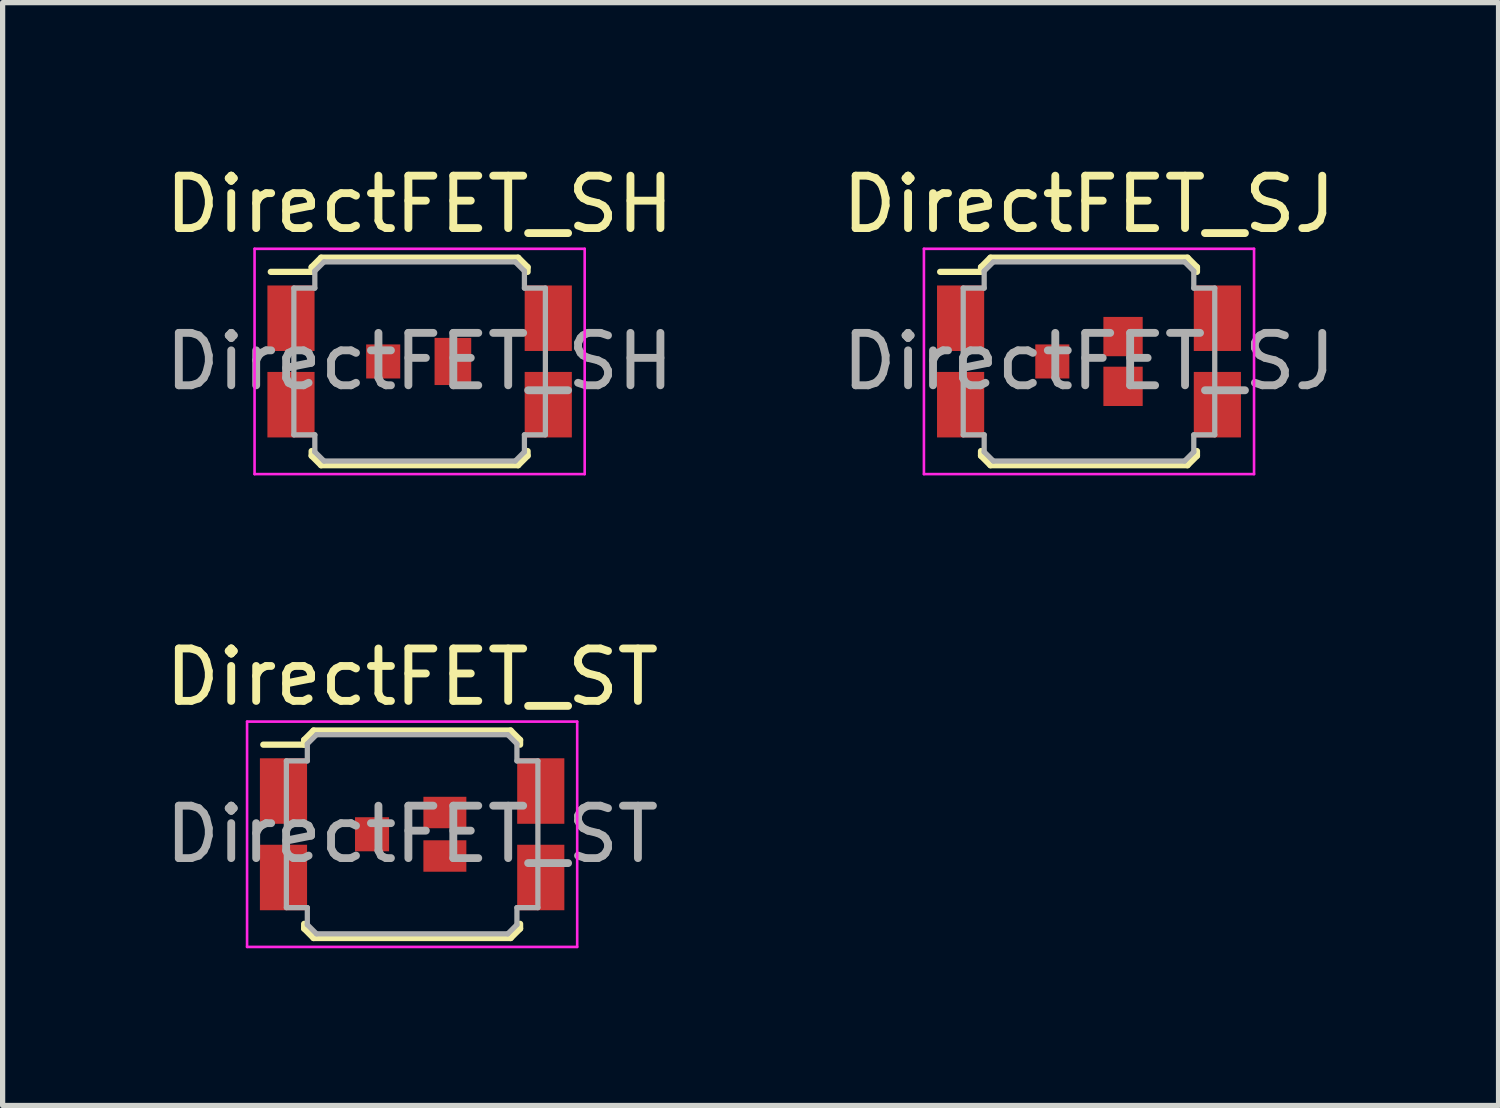
<source format=kicad_pcb>
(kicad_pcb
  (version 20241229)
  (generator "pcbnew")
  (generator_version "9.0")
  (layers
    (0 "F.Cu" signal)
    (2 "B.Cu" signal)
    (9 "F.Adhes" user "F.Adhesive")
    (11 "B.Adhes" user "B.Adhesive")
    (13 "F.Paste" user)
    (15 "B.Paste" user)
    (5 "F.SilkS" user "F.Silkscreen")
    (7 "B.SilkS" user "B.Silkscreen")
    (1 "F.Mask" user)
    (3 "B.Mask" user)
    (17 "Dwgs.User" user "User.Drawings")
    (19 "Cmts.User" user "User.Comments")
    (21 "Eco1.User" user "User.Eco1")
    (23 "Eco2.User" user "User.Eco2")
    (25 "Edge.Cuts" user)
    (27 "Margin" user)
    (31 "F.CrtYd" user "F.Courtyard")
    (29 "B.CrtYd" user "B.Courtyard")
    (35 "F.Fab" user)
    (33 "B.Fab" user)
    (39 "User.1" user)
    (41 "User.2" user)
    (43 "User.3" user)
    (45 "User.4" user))
  (footprint "DirectFET_ST"
    (layer "F.Cu")
    (at 4.815 12.871)
    (property "Reference" "DirectFET_ST" (at 0 -3 0) (layer "F.SilkS") (effects (font (size 1 1) (thickness 0.15))))
    (attr smd)
    (fp_line (start -2.84 -1.71) (end -2.06 -1.71) (stroke (width 0.12) (type solid)) (layer "F.SilkS"))
    (fp_line (start -2.06 -1.8) (end -1.88 -1.98) (stroke (width 0.12) (type solid)) (layer "F.SilkS"))
    (fp_line (start -2.06 -1.71) (end -2.06 -1.8) (stroke (width 0.12) (type solid)) (layer "F.SilkS"))
    (fp_line (start -2.06 1.71) (end -2.06 1.8) (stroke (width 0.12) (type solid)) (layer "F.SilkS"))
    (fp_line (start -2.06 1.8) (end -1.88 1.98) (stroke (width 0.12) (type solid)) (layer "F.SilkS"))
    (fp_line (start -1.88 -1.98) (end 1.88 -1.98) (stroke (width 0.12) (type solid)) (layer "F.SilkS"))
    (fp_line (start -1.88 1.98) (end 1.88 1.98) (stroke (width 0.12) (type solid)) (layer "F.SilkS"))
    (fp_line (start 2.06 -1.8) (end 1.88 -1.98) (stroke (width 0.12) (type solid)) (layer "F.SilkS"))
    (fp_line (start 2.06 -1.71) (end 2.06 -1.8) (stroke (width 0.12) (type solid)) (layer "F.SilkS"))
    (fp_line (start 2.06 1.71) (end 2.06 1.8) (stroke (width 0.12) (type solid)) (layer "F.SilkS"))
    (fp_line (start 2.06 1.8) (end 1.88 1.98) (stroke (width 0.12) (type solid)) (layer "F.SilkS"))
    (fp_line (start -3.15 -2.15) (end -3.15 2.15) (stroke (width 0.05) (type solid)) (layer "F.CrtYd"))
    (fp_line (start -3.15 -2.15) (end 3.15 -2.15) (stroke (width 0.05) (type solid)) (layer "F.CrtYd"))
    (fp_line (start -3.15 2.15) (end 3.15 2.15) (stroke (width 0.05) (type solid)) (layer "F.CrtYd"))
    (fp_line (start 3.15 -2.15) (end 3.15 2.15) (stroke (width 0.05) (type solid)) (layer "F.CrtYd"))
    (fp_line (start -2.4 -1.4) (end -2 -1.4) (stroke (width 0.1) (type solid)) (layer "F.Fab"))
    (fp_line (start -2.4 1.4) (end -2.4 -1.4) (stroke (width 0.1) (type solid)) (layer "F.Fab"))
    (fp_line (start -2.4 1.4) (end -2 1.4) (stroke (width 0.1) (type solid)) (layer "F.Fab"))
    (fp_line (start -2 -1.725) (end -1.825 -1.9) (stroke (width 0.1) (type solid)) (layer "F.Fab"))
    (fp_line (start -2 -1.4) (end -2 -1.725) (stroke (width 0.1) (type solid)) (layer "F.Fab"))
    (fp_line (start -2 1.4) (end -2 1.725) (stroke (width 0.1) (type solid)) (layer "F.Fab"))
    (fp_line (start -2 1.725) (end -1.825 1.9) (stroke (width 0.1) (type solid)) (layer "F.Fab"))
    (fp_line (start -1.825 -1.9) (end 1.825 -1.9) (stroke (width 0.1) (type solid)) (layer "F.Fab"))
    (fp_line (start -1.825 1.9) (end 1.825 1.9) (stroke (width 0.1) (type solid)) (layer "F.Fab"))
    (fp_line (start 1.825 -1.9) (end 2 -1.725) (stroke (width 0.1) (type solid)) (layer "F.Fab"))
    (fp_line (start 1.825 1.9) (end 2 1.725) (stroke (width 0.1) (type solid)) (layer "F.Fab"))
    (fp_line (start 2 -1.4) (end 2 -1.725) (stroke (width 0.1) (type solid)) (layer "F.Fab"))
    (fp_line (start 2 1.4) (end 2 1.725) (stroke (width 0.1) (type solid)) (layer "F.Fab"))
    (fp_line (start 2.4 -1.4) (end 2 -1.4) (stroke (width 0.1) (type solid)) (layer "F.Fab"))
    (fp_line (start 2.4 1.4) (end 2 1.4) (stroke (width 0.1) (type solid)) (layer "F.Fab"))
    (fp_line (start 2.4 1.4) (end 2.4 -1.4) (stroke (width 0.1) (type solid)) (layer "F.Fab"))
    (fp_text user "${REFERENCE}" (at 0 0 0) (layer "F.Fab") (effects (font (size 1 1) (thickness 0.15))))
    (pad "1" smd rect (at -2.455 -0.825) (size 0.9 1.25) (layers "F.Cu" "F.Mask" "F.Paste"))
    (pad "1" smd rect (at -2.455 0.825) (size 0.9 1.25) (layers "F.Cu" "F.Mask" "F.Paste"))
    (pad "1" smd rect (at 2.455 -0.825) (size 0.9 1.25) (layers "F.Cu" "F.Mask" "F.Paste"))
    (pad "1" smd rect (at 2.455 0.825) (size 0.9 1.25) (layers "F.Cu" "F.Mask" "F.Paste"))
    (pad "2" smd rect (at -0.765 0) (size 0.65 0.65) (layers "F.Cu" "F.Mask" "F.Paste"))
    (pad "3" smd rect (at 0.625 -0.415) (size 0.82 0.6) (layers "F.Cu" "F.Mask" "F.Paste"))
    (pad "3" smd rect (at 0.625 0.415) (size 0.82 0.6) (layers "F.Cu" "F.Mask" "F.Paste")))
  (footprint "DirectFET_SH"
    (layer "F.Cu")
    (at 4.958 3.848)
    (property "Reference" "DirectFET_SH" (at 0 -3 0) (layer "F.SilkS") (effects (font (size 1 1) (thickness 0.15))))
    (attr smd)
    (fp_line (start -2.84 -1.71) (end -2.06 -1.71) (stroke (width 0.12) (type solid)) (layer "F.SilkS"))
    (fp_line (start -2.06 -1.8) (end -1.88 -1.98) (stroke (width 0.12) (type solid)) (layer "F.SilkS"))
    (fp_line (start -2.06 -1.71) (end -2.06 -1.8) (stroke (width 0.12) (type solid)) (layer "F.SilkS"))
    (fp_line (start -2.06 1.71) (end -2.06 1.8) (stroke (width 0.12) (type solid)) (layer "F.SilkS"))
    (fp_line (start -2.06 1.8) (end -1.88 1.98) (stroke (width 0.12) (type solid)) (layer "F.SilkS"))
    (fp_line (start -1.88 -1.98) (end 1.88 -1.98) (stroke (width 0.12) (type solid)) (layer "F.SilkS"))
    (fp_line (start -1.88 1.98) (end 1.88 1.98) (stroke (width 0.12) (type solid)) (layer "F.SilkS"))
    (fp_line (start 2.06 -1.8) (end 1.88 -1.98) (stroke (width 0.12) (type solid)) (layer "F.SilkS"))
    (fp_line (start 2.06 -1.71) (end 2.06 -1.8) (stroke (width 0.12) (type solid)) (layer "F.SilkS"))
    (fp_line (start 2.06 1.71) (end 2.06 1.8) (stroke (width 0.12) (type solid)) (layer "F.SilkS"))
    (fp_line (start 2.06 1.8) (end 1.88 1.98) (stroke (width 0.12) (type solid)) (layer "F.SilkS"))
    (fp_line (start -3.15 -2.15) (end -3.15 2.15) (stroke (width 0.05) (type solid)) (layer "F.CrtYd"))
    (fp_line (start -3.15 -2.15) (end 3.15 -2.15) (stroke (width 0.05) (type solid)) (layer "F.CrtYd"))
    (fp_line (start -3.15 2.15) (end 3.15 2.15) (stroke (width 0.05) (type solid)) (layer "F.CrtYd"))
    (fp_line (start 3.15 -2.15) (end 3.15 2.15) (stroke (width 0.05) (type solid)) (layer "F.CrtYd"))
    (fp_line (start -2.4 -1.4) (end -2 -1.4) (stroke (width 0.1) (type solid)) (layer "F.Fab"))
    (fp_line (start -2.4 1.4) (end -2.4 -1.4) (stroke (width 0.1) (type solid)) (layer "F.Fab"))
    (fp_line (start -2.4 1.4) (end -2 1.4) (stroke (width 0.1) (type solid)) (layer "F.Fab"))
    (fp_line (start -2 -1.725) (end -1.825 -1.9) (stroke (width 0.1) (type solid)) (layer "F.Fab"))
    (fp_line (start -2 -1.4) (end -2 -1.725) (stroke (width 0.1) (type solid)) (layer "F.Fab"))
    (fp_line (start -2 1.4) (end -2 1.725) (stroke (width 0.1) (type solid)) (layer "F.Fab"))
    (fp_line (start -2 1.725) (end -1.825 1.9) (stroke (width 0.1) (type solid)) (layer "F.Fab"))
    (fp_line (start -1.825 -1.9) (end 1.825 -1.9) (stroke (width 0.1) (type solid)) (layer "F.Fab"))
    (fp_line (start -1.825 1.9) (end 1.825 1.9) (stroke (width 0.1) (type solid)) (layer "F.Fab"))
    (fp_line (start 1.825 -1.9) (end 2 -1.725) (stroke (width 0.1) (type solid)) (layer "F.Fab"))
    (fp_line (start 1.825 1.9) (end 2 1.725) (stroke (width 0.1) (type solid)) (layer "F.Fab"))
    (fp_line (start 2 -1.4) (end 2 -1.725) (stroke (width 0.1) (type solid)) (layer "F.Fab"))
    (fp_line (start 2 1.4) (end 2 1.725) (stroke (width 0.1) (type solid)) (layer "F.Fab"))
    (fp_line (start 2.4 -1.4) (end 2 -1.4) (stroke (width 0.1) (type solid)) (layer "F.Fab"))
    (fp_line (start 2.4 1.4) (end 2 1.4) (stroke (width 0.1) (type solid)) (layer "F.Fab"))
    (fp_line (start 2.4 1.4) (end 2.4 -1.4) (stroke (width 0.1) (type solid)) (layer "F.Fab"))
    (fp_text user "${REFERENCE}" (at 0 0 0) (layer "F.Fab") (effects (font (size 1 1) (thickness 0.15))))
    (pad "1" smd rect (at -2.455 -0.825) (size 0.9 1.25) (layers "F.Cu" "F.Mask" "F.Paste"))
    (pad "1" smd rect (at -2.455 0.825) (size 0.9 1.25) (layers "F.Cu" "F.Mask" "F.Paste"))
    (pad "1" smd rect (at 2.455 -0.825) (size 0.9 1.25) (layers "F.Cu" "F.Mask" "F.Paste"))
    (pad "1" smd rect (at 2.455 0.825) (size 0.9 1.25) (layers "F.Cu" "F.Mask" "F.Paste"))
    (pad "2" smd rect (at -0.695 0) (size 0.65 0.65) (layers "F.Cu" "F.Mask" "F.Paste"))
    (pad "3" smd rect (at 0.635 0) (size 0.7 0.9) (layers "F.Cu" "F.Mask" "F.Paste")))
  (footprint "DirectFET_SJ"
    (layer "F.Cu")
    (at 17.732 3.848)
    (property "Reference" "DirectFET_SJ" (at 0 -3 0) (layer "F.SilkS") (effects (font (size 1 1) (thickness 0.15))))
    (attr smd)
    (fp_line (start -2.84 -1.71) (end -2.06 -1.71) (stroke (width 0.12) (type solid)) (layer "F.SilkS"))
    (fp_line (start -2.06 -1.8) (end -1.88 -1.98) (stroke (width 0.12) (type solid)) (layer "F.SilkS"))
    (fp_line (start -2.06 -1.71) (end -2.06 -1.8) (stroke (width 0.12) (type solid)) (layer "F.SilkS"))
    (fp_line (start -2.06 1.71) (end -2.06 1.8) (stroke (width 0.12) (type solid)) (layer "F.SilkS"))
    (fp_line (start -2.06 1.8) (end -1.88 1.98) (stroke (width 0.12) (type solid)) (layer "F.SilkS"))
    (fp_line (start -1.88 -1.98) (end 1.88 -1.98) (stroke (width 0.12) (type solid)) (layer "F.SilkS"))
    (fp_line (start -1.88 1.98) (end 1.88 1.98) (stroke (width 0.12) (type solid)) (layer "F.SilkS"))
    (fp_line (start 2.06 -1.8) (end 1.88 -1.98) (stroke (width 0.12) (type solid)) (layer "F.SilkS"))
    (fp_line (start 2.06 -1.71) (end 2.06 -1.8) (stroke (width 0.12) (type solid)) (layer "F.SilkS"))
    (fp_line (start 2.06 1.71) (end 2.06 1.8) (stroke (width 0.12) (type solid)) (layer "F.SilkS"))
    (fp_line (start 2.06 1.8) (end 1.88 1.98) (stroke (width 0.12) (type solid)) (layer "F.SilkS"))
    (fp_line (start -3.15 -2.15) (end -3.15 2.15) (stroke (width 0.05) (type solid)) (layer "F.CrtYd"))
    (fp_line (start -3.15 -2.15) (end 3.15 -2.15) (stroke (width 0.05) (type solid)) (layer "F.CrtYd"))
    (fp_line (start -3.15 2.15) (end 3.15 2.15) (stroke (width 0.05) (type solid)) (layer "F.CrtYd"))
    (fp_line (start 3.15 -2.15) (end 3.15 2.15) (stroke (width 0.05) (type solid)) (layer "F.CrtYd"))
    (fp_line (start -2.4 -1.4) (end -2 -1.4) (stroke (width 0.1) (type solid)) (layer "F.Fab"))
    (fp_line (start -2.4 1.4) (end -2.4 -1.4) (stroke (width 0.1) (type solid)) (layer "F.Fab"))
    (fp_line (start -2.4 1.4) (end -2 1.4) (stroke (width 0.1) (type solid)) (layer "F.Fab"))
    (fp_line (start -2 -1.725) (end -1.825 -1.9) (stroke (width 0.1) (type solid)) (layer "F.Fab"))
    (fp_line (start -2 -1.4) (end -2 -1.725) (stroke (width 0.1) (type solid)) (layer "F.Fab"))
    (fp_line (start -2 1.4) (end -2 1.725) (stroke (width 0.1) (type solid)) (layer "F.Fab"))
    (fp_line (start -2 1.725) (end -1.825 1.9) (stroke (width 0.1) (type solid)) (layer "F.Fab"))
    (fp_line (start -1.825 -1.9) (end 1.825 -1.9) (stroke (width 0.1) (type solid)) (layer "F.Fab"))
    (fp_line (start -1.825 1.9) (end 1.825 1.9) (stroke (width 0.1) (type solid)) (layer "F.Fab"))
    (fp_line (start 1.825 -1.9) (end 2 -1.725) (stroke (width 0.1) (type solid)) (layer "F.Fab"))
    (fp_line (start 1.825 1.9) (end 2 1.725) (stroke (width 0.1) (type solid)) (layer "F.Fab"))
    (fp_line (start 2 -1.4) (end 2 -1.725) (stroke (width 0.1) (type solid)) (layer "F.Fab"))
    (fp_line (start 2 1.4) (end 2 1.725) (stroke (width 0.1) (type solid)) (layer "F.Fab"))
    (fp_line (start 2.4 -1.4) (end 2 -1.4) (stroke (width 0.1) (type solid)) (layer "F.Fab"))
    (fp_line (start 2.4 1.4) (end 2 1.4) (stroke (width 0.1) (type solid)) (layer "F.Fab"))
    (fp_line (start 2.4 1.4) (end 2.4 -1.4) (stroke (width 0.1) (type solid)) (layer "F.Fab"))
    (fp_text user "${REFERENCE}" (at 0 0 0) (layer "F.Fab") (effects (font (size 1 1) (thickness 0.15))))
    (pad "1" smd rect (at -2.45 -0.825) (size 0.9 1.25) (layers "F.Cu" "F.Mask" "F.Paste"))
    (pad "1" smd rect (at -2.45 0.825) (size 0.9 1.25) (layers "F.Cu" "F.Mask" "F.Paste"))
    (pad "1" smd rect (at 2.45 -0.825) (size 0.9 1.25) (layers "F.Cu" "F.Mask" "F.Paste"))
    (pad "1" smd rect (at 2.45 0.825) (size 0.9 1.25) (layers "F.Cu" "F.Mask" "F.Paste"))
    (pad "2" smd rect (at -0.7 0) (size 0.65 0.65) (layers "F.Cu" "F.Mask" "F.Paste"))
    (pad "3" smd rect (at 0.65 -0.475) (size 0.75 0.75) (layers "F.Cu" "F.Mask" "F.Paste"))
    (pad "3" smd rect (at 0.65 0.475) (size 0.75 0.75) (layers "F.Cu" "F.Mask" "F.Paste")))
  (gr_rect
    (start -3 -3)
    (end 25.548 18.047)
    (stroke (width 0.1) (type default))
    (fill no)
    (layer "Edge.Cuts")))
</source>
